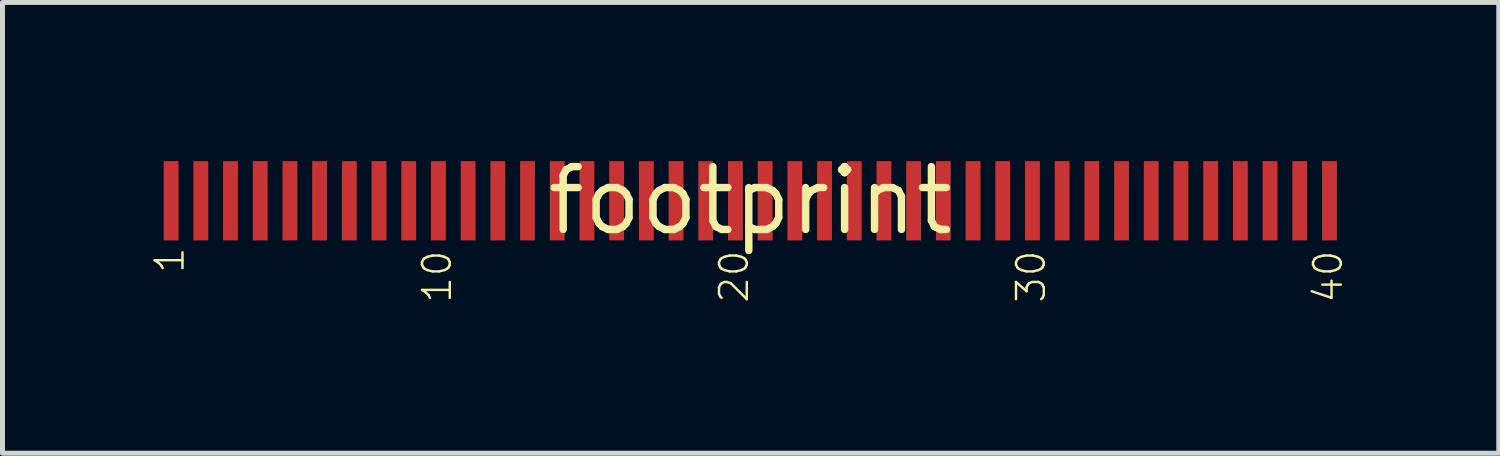
<source format=kicad_pcb>
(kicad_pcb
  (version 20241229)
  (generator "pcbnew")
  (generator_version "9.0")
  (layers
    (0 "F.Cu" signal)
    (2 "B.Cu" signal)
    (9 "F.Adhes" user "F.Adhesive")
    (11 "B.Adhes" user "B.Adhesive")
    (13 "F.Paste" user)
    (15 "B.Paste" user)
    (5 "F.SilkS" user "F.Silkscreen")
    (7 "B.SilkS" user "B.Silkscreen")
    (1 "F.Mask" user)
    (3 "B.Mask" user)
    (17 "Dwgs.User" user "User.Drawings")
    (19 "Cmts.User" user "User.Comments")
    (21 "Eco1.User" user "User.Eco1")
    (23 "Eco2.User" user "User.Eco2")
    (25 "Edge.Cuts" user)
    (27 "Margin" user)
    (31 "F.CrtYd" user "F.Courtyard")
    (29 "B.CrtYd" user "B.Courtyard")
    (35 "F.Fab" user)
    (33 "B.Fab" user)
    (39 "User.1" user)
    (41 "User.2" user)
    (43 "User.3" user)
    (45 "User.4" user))
  (footprint "footprint"
    (layer "F.Cu")
    (at 12.107 1.006)
    (property "Reference" "footprint" (at 0 0 0) (layer "F.SilkS") (effects (font (size 1.27 1.27) (thickness 0.15))))
    (fp_text user "10" (at -6 2.1 90) (layer "F.SilkS") (effects (font (size 0.561 0.561) (thickness 0.049)) (justify left bottom)))
    (fp_text user "40" (at 12 2.1 90) (layer "F.SilkS") (effects (font (size 0.561 0.561) (thickness 0.049)) (justify left bottom)))
    (fp_text user "1" (at -11.4 1.5 90) (layer "F.SilkS") (effects (font (size 0.561 0.561) (thickness 0.049)) (justify left bottom)))
    (fp_text user "20" (at 0 2.1 90) (layer "F.SilkS") (effects (font (size 0.561 0.561) (thickness 0.049)) (justify left bottom)))
    (fp_text user "30" (at 6 2.1 90) (layer "F.SilkS") (effects (font (size 0.561 0.561) (thickness 0.049)) (justify left bottom)))
    (pad "1" smd rect (at -11.7 0 90) (size 1.6 0.3) (layers "F.Cu" "F.Mask" "F.Paste"))
    (pad "2" smd rect (at -11.1 0 90) (size 1.6 0.3) (layers "F.Cu" "F.Mask" "F.Paste"))
    (pad "3" smd rect (at -10.5 0 90) (size 1.6 0.3) (layers "F.Cu" "F.Mask" "F.Paste"))
    (pad "4" smd rect (at -9.9 0 90) (size 1.6 0.3) (layers "F.Cu" "F.Mask" "F.Paste"))
    (pad "5" smd rect (at -9.3 0 90) (size 1.6 0.3) (layers "F.Cu" "F.Mask" "F.Paste"))
    (pad "6" smd rect (at -8.7 0 90) (size 1.6 0.3) (layers "F.Cu" "F.Mask" "F.Paste"))
    (pad "7" smd rect (at -8.1 0 90) (size 1.6 0.3) (layers "F.Cu" "F.Mask" "F.Paste"))
    (pad "8" smd rect (at -7.5 0 90) (size 1.6 0.3) (layers "F.Cu" "F.Mask" "F.Paste"))
    (pad "9" smd rect (at -6.9 0 90) (size 1.6 0.3) (layers "F.Cu" "F.Mask" "F.Paste"))
    (pad "10" smd rect (at -6.3 0 90) (size 1.6 0.3) (layers "F.Cu" "F.Mask" "F.Paste"))
    (pad "11" smd rect (at -5.7 0 90) (size 1.6 0.3) (layers "F.Cu" "F.Mask" "F.Paste"))
    (pad "12" smd rect (at -5.1 0 90) (size 1.6 0.3) (layers "F.Cu" "F.Mask" "F.Paste"))
    (pad "13" smd rect (at -4.5 0 90) (size 1.6 0.3) (layers "F.Cu" "F.Mask" "F.Paste"))
    (pad "14" smd rect (at -3.9 0 90) (size 1.6 0.3) (layers "F.Cu" "F.Mask" "F.Paste"))
    (pad "15" smd rect (at -3.3 0 90) (size 1.6 0.3) (layers "F.Cu" "F.Mask" "F.Paste"))
    (pad "16" smd rect (at -2.7 0 90) (size 1.6 0.3) (layers "F.Cu" "F.Mask" "F.Paste"))
    (pad "17" smd rect (at -2.1 0 90) (size 1.6 0.3) (layers "F.Cu" "F.Mask" "F.Paste"))
    (pad "18" smd rect (at -1.5 0 90) (size 1.6 0.3) (layers "F.Cu" "F.Mask" "F.Paste"))
    (pad "19" smd rect (at -0.9 0 90) (size 1.6 0.3) (layers "F.Cu" "F.Mask" "F.Paste"))
    (pad "20" smd rect (at -0.3 0 90) (size 1.6 0.3) (layers "F.Cu" "F.Mask" "F.Paste"))
    (pad "21" smd rect (at 0.3 0 90) (size 1.6 0.3) (layers "F.Cu" "F.Mask" "F.Paste"))
    (pad "22" smd rect (at 0.9 0 90) (size 1.6 0.3) (layers "F.Cu" "F.Mask" "F.Paste"))
    (pad "23" smd rect (at 1.5 0 90) (size 1.6 0.3) (layers "F.Cu" "F.Mask" "F.Paste"))
    (pad "24" smd rect (at 2.1 0 90) (size 1.6 0.3) (layers "F.Cu" "F.Mask" "F.Paste"))
    (pad "25" smd rect (at 2.7 0 90) (size 1.6 0.3) (layers "F.Cu" "F.Mask" "F.Paste"))
    (pad "26" smd rect (at 3.3 0 90) (size 1.6 0.3) (layers "F.Cu" "F.Mask" "F.Paste"))
    (pad "27" smd rect (at 3.9 0 90) (size 1.6 0.3) (layers "F.Cu" "F.Mask" "F.Paste"))
    (pad "28" smd rect (at 4.5 0 90) (size 1.6 0.3) (layers "F.Cu" "F.Mask" "F.Paste"))
    (pad "29" smd rect (at 5.1 0 90) (size 1.6 0.3) (layers "F.Cu" "F.Mask" "F.Paste"))
    (pad "30" smd rect (at 5.7 0 90) (size 1.6 0.3) (layers "F.Cu" "F.Mask" "F.Paste"))
    (pad "31" smd rect (at 6.3 0 90) (size 1.6 0.3) (layers "F.Cu" "F.Mask" "F.Paste"))
    (pad "32" smd rect (at 6.9 0 90) (size 1.6 0.3) (layers "F.Cu" "F.Mask" "F.Paste"))
    (pad "33" smd rect (at 7.5 0 90) (size 1.6 0.3) (layers "F.Cu" "F.Mask" "F.Paste"))
    (pad "34" smd rect (at 8.1 0 90) (size 1.6 0.3) (layers "F.Cu" "F.Mask" "F.Paste"))
    (pad "35" smd rect (at 8.7 0 90) (size 1.6 0.3) (layers "F.Cu" "F.Mask" "F.Paste"))
    (pad "36" smd rect (at 9.3 0 90) (size 1.6 0.3) (layers "F.Cu" "F.Mask" "F.Paste"))
    (pad "37" smd rect (at 9.9 0 90) (size 1.6 0.3) (layers "F.Cu" "F.Mask" "F.Paste"))
    (pad "38" smd rect (at 10.5 0 90) (size 1.6 0.3) (layers "F.Cu" "F.Mask" "F.Paste"))
    (pad "39" smd rect (at 11.1 0 90) (size 1.6 0.3) (layers "F.Cu" "F.Mask" "F.Paste"))
    (pad "40" smd rect (at 11.7 0 90) (size 1.6 0.3) (layers "F.Cu" "F.Mask" "F.Paste")))
  (gr_rect
    (start -3 -3)
    (end 27.227 6.106)
    (stroke (width 0.1) (type default))
    (fill no)
    (layer "Edge.Cuts")))
</source>
